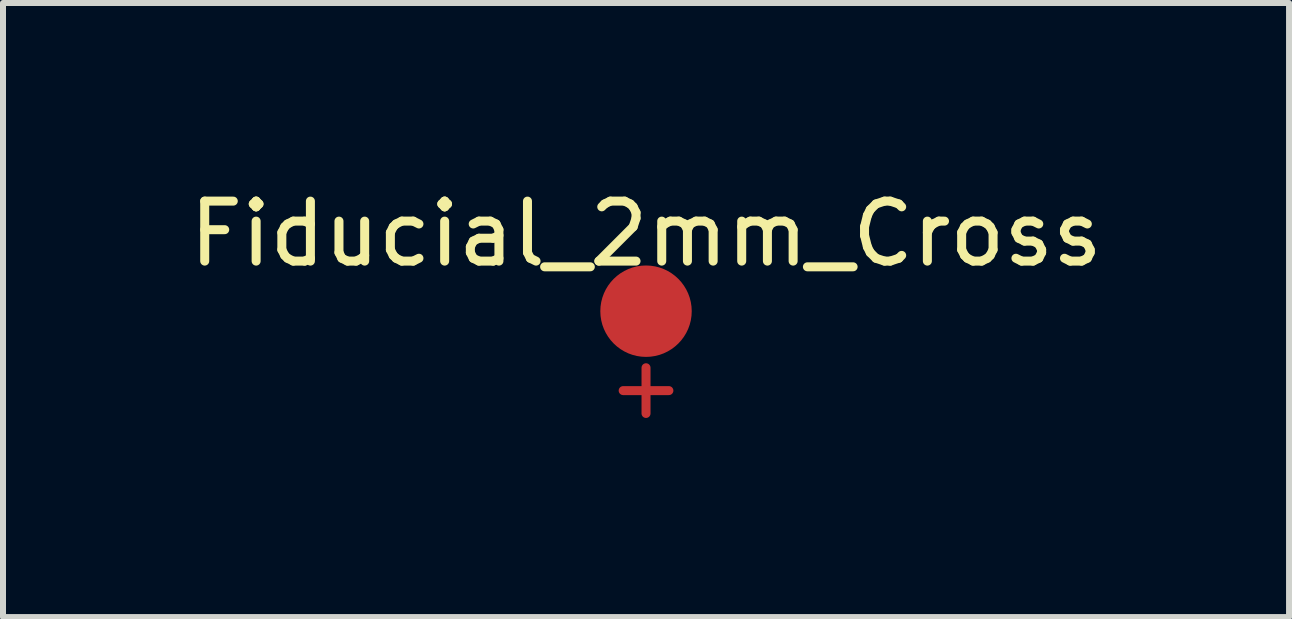
<source format=kicad_pcb>
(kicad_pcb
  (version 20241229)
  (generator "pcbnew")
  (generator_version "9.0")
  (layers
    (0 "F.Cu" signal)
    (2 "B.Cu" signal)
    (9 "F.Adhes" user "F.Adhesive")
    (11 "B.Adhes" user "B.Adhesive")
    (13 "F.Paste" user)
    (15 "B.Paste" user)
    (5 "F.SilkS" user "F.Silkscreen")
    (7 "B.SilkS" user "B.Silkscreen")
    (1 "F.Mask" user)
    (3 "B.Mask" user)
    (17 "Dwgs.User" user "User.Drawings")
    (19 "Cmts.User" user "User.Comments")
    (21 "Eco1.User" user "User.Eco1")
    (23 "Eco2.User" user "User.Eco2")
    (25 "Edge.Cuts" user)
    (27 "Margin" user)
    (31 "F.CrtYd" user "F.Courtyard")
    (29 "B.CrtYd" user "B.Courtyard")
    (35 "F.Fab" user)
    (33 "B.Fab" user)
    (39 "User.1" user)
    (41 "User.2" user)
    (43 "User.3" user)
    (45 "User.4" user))
  (footprint "Fiducial_2mm_Cross"
    (layer "F.Cu")
    (at 7.72 3.388)
    (property "Reference" "Fiducial_2mm_Cross" (at 0 -2.54 0) (layer "F.SilkS") (effects (font (size 1 1) (thickness 0.15))))
    (attr through_hole)
    (fp_text user "+" (at 0 0 0) (layer "F.Cu") (effects (font (size 1 1) (thickness 0.15))))
    (fp_text user "+" (at 0 0 0) (layer "F.Mask") (effects (font (size 1 1) (thickness 0.15))))
    (pad "1" smd circle (at 0 -1.25) (size 1.524 1.524) (layers "F.Cu" "F.Mask" "F.Paste")))
  (gr_rect
    (start -3 -3)
    (end 18.44 7.237)
    (stroke (width 0.1) (type default))
    (fill no)
    (layer "Edge.Cuts")))
</source>
